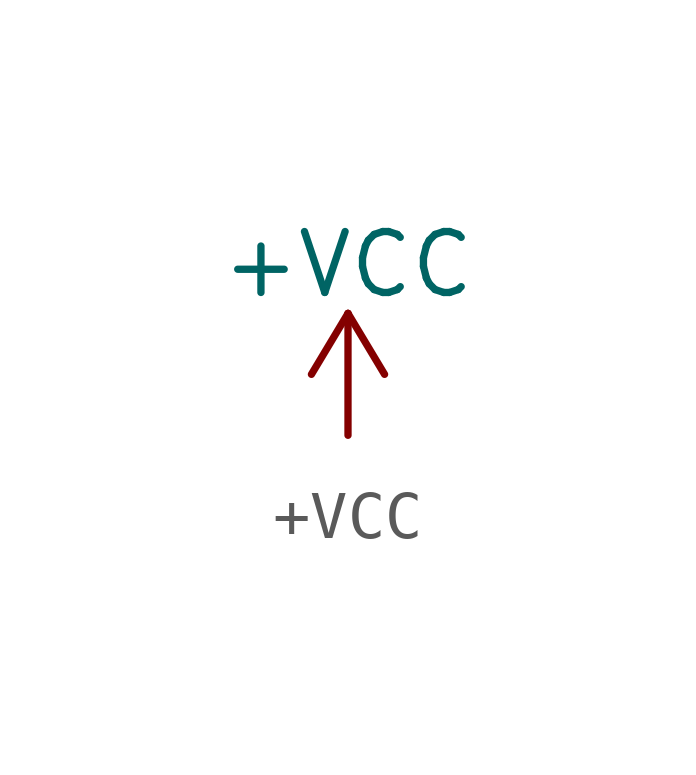
<source format=kicad_sym>
(kicad_symbol_lib
  (version 20211014)
  (generator kicad_symbol_editor)
  (symbol "+VCC"
    (power)
    (pin_names
      (offset 0))
    (property "Reference" "#PWR"
      (at 0 -3.81 0)
      (effects (font (size 1.27 1.27)) hide))
    (property "Value" "+VCC"
      (at 0 3.556 0)
      (effects (font (size 1.27 1.27))))
    (symbol "+VCC_0_1"
      (polyline (pts (xy -0.762 1.27) (xy 0 2.54)) (stroke (width 0) (type default) (color 0 0 0 0)) (fill (type none)))
      (polyline (pts (xy 0 0) (xy 0 2.54)) (stroke (width 0) (type default) (color 0 0 0 0)) (fill (type none)))
      (polyline (pts (xy 0 2.54) (xy 0.762 1.27)) (stroke (width 0) (type default) (color 0 0 0 0)) (fill (type none))))
    (symbol "+VCC_1_1"
      (pin power_in line (at 0 0 90) (length 0) hide (name "+VCC" (effects (font (size 1.27 1.27)))) (number "1" (effects (font (size 1.27 1.27))))))))
</source>
